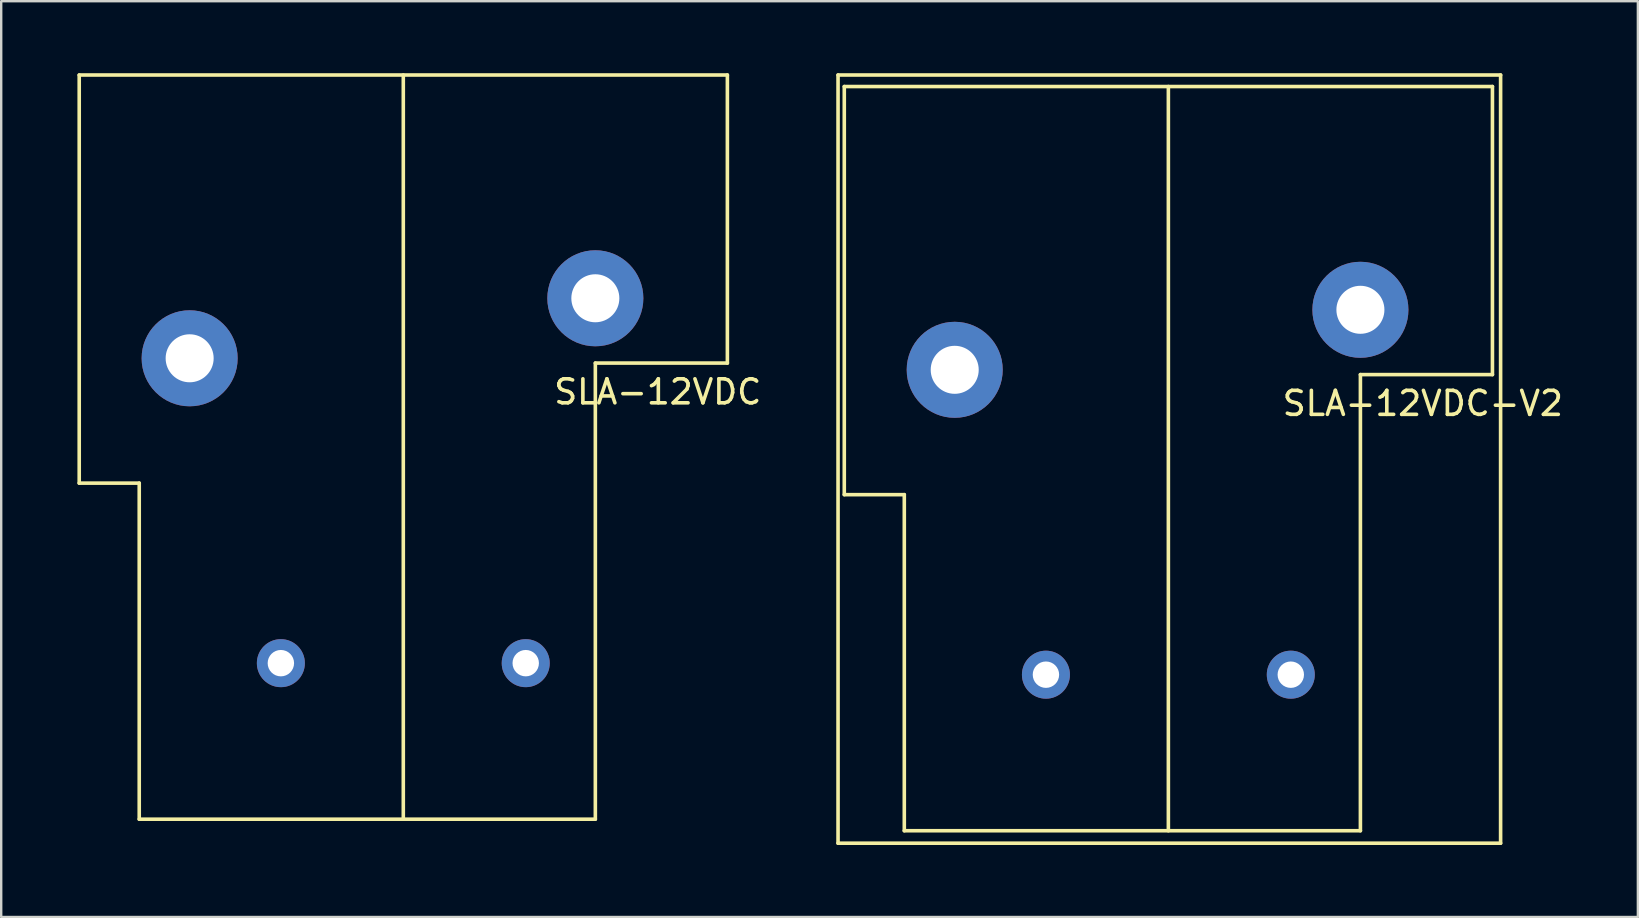
<source format=kicad_pcb>
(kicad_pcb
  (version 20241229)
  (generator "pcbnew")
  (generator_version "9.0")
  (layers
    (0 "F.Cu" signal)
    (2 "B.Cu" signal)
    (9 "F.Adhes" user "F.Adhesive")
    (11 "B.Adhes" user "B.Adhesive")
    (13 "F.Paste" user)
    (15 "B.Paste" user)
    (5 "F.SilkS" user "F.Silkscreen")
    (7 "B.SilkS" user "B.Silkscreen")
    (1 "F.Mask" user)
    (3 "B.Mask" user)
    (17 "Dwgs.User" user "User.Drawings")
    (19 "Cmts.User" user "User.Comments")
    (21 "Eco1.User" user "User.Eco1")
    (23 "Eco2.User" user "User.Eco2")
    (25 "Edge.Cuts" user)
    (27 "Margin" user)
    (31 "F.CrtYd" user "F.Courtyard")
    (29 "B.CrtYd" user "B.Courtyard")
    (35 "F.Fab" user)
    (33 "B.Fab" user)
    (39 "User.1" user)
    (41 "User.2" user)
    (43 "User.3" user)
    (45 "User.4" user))
  (footprint "SLA-12VDC-V2"
    (layer "F.Cu")
    (at 32.12 31.555)
    (property "Reference" "SLA-12VDC-V2" (at 24.1 -17.8 0) (layer "F.SilkS") (effects (font (size 1 1) (thickness 0.15))))
    (attr through_hole)
    (fp_line (start -0.26 -31.48) (end -0.26 0.52) (stroke (width 0.15) (type solid)) (layer "F.SilkS"))
    (fp_line (start -0.26 -31.48) (end 27.34 -31.48) (stroke (width 0.15) (type solid)) (layer "F.SilkS"))
    (fp_line (start -0.26 0.52) (end 27.34 0.52) (stroke (width 0.15) (type solid)) (layer "F.SilkS"))
    (fp_line (start 0 -14) (end 0 -31) (stroke (width 0.15) (type solid)) (layer "F.SilkS"))
    (fp_line (start 2.5 -14) (end 0 -14) (stroke (width 0.15) (type solid)) (layer "F.SilkS"))
    (fp_line (start 2.5 0) (end 2.5 -14) (stroke (width 0.15) (type solid)) (layer "F.SilkS"))
    (fp_line (start 2.5 0) (end 21.5 0) (stroke (width 0.15) (type solid)) (layer "F.SilkS"))
    (fp_line (start 13.5 0) (end 13.5 -31) (stroke (width 0.15) (type solid)) (layer "F.SilkS"))
    (fp_line (start 21.5 -19) (end 27 -19) (stroke (width 0.15) (type solid)) (layer "F.SilkS"))
    (fp_line (start 21.5 0) (end 21.5 -19) (stroke (width 0.15) (type solid)) (layer "F.SilkS"))
    (fp_line (start 27 -31) (end 0 -31) (stroke (width 0.15) (type solid)) (layer "F.SilkS"))
    (fp_line (start 27 -19) (end 27 -31) (stroke (width 0.15) (type solid)) (layer "F.SilkS"))
    (fp_line (start 27.34 -31.48) (end 27.34 0.52) (stroke (width 0.15) (type solid)) (layer "F.SilkS"))
    (pad "1" thru_hole circle (at 18.6 -6.5) (size 2 2) (drill 1.1) (layers "*.Cu" "*.Mask"))
    (pad "2" thru_hole circle (at 8.4 -6.5) (size 2 2) (drill 1.1) (layers "*.Cu" "*.Mask"))
    (pad "3" thru_hole circle (at 4.6 -19.2) (size 4 4) (drill 2) (layers "*.Cu" "*.Mask"))
    (pad "4" thru_hole circle (at 21.5 -21.7) (size 4 4) (drill 2) (layers "*.Cu" "*.Mask")))
  (footprint "SLA-12VDC"
    (layer "F.Cu")
    (at 0.25 31.075)
    (property "Reference" "SLA-12VDC" (at 24.1 -17.8 0) (layer "F.SilkS") (effects (font (size 1 1) (thickness 0.15))))
    (attr through_hole)
    (fp_line (start 0 -14) (end 0 -31) (stroke (width 0.15) (type solid)) (layer "F.SilkS"))
    (fp_line (start 2.5 -14) (end 0 -14) (stroke (width 0.15) (type solid)) (layer "F.SilkS"))
    (fp_line (start 2.5 0) (end 2.5 -14) (stroke (width 0.15) (type solid)) (layer "F.SilkS"))
    (fp_line (start 2.5 0) (end 21.5 0) (stroke (width 0.15) (type solid)) (layer "F.SilkS"))
    (fp_line (start 13.5 0) (end 13.5 -31) (stroke (width 0.15) (type solid)) (layer "F.SilkS"))
    (fp_line (start 21.5 -19) (end 27 -19) (stroke (width 0.15) (type solid)) (layer "F.SilkS"))
    (fp_line (start 21.5 0) (end 21.5 -19) (stroke (width 0.15) (type solid)) (layer "F.SilkS"))
    (fp_line (start 27 -31) (end 0 -31) (stroke (width 0.15) (type solid)) (layer "F.SilkS"))
    (fp_line (start 27 -19) (end 27 -31) (stroke (width 0.15) (type solid)) (layer "F.SilkS"))
    (pad "1" thru_hole circle (at 18.6 -6.5) (size 2 2) (drill 1.1) (layers "*.Cu" "*.Mask"))
    (pad "2" thru_hole circle (at 8.4 -6.5) (size 2 2) (drill 1.1) (layers "*.Cu" "*.Mask"))
    (pad "3" thru_hole circle (at 4.6 -19.2) (size 4 4) (drill 2) (layers "*.Cu" "*.Mask"))
    (pad "4" thru_hole circle (at 21.5 -21.7) (size 4 4) (drill 2) (layers "*.Cu" "*.Mask")))
  (gr_rect
    (start -3 -3)
    (end 65.178 35.15)
    (stroke (width 0.1) (type default))
    (fill no)
    (layer "Edge.Cuts")))
</source>
